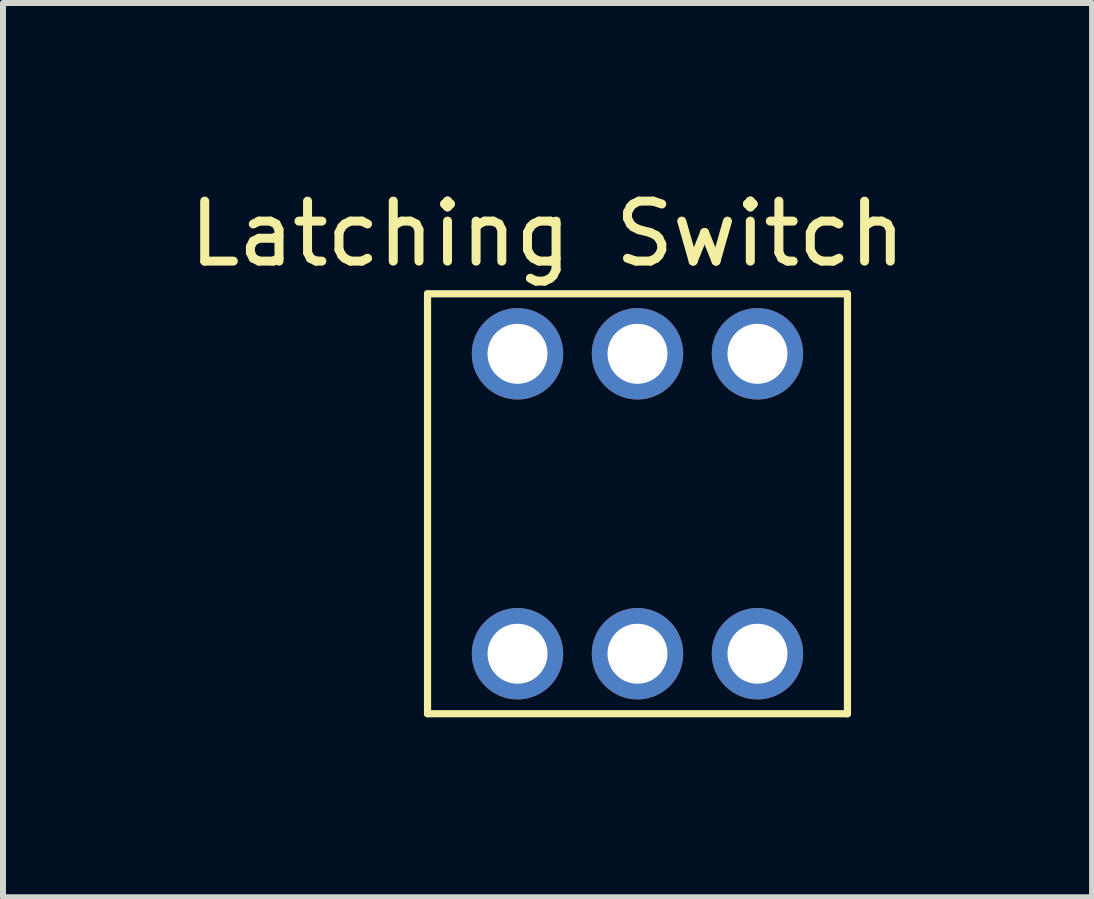
<source format=kicad_pcb>
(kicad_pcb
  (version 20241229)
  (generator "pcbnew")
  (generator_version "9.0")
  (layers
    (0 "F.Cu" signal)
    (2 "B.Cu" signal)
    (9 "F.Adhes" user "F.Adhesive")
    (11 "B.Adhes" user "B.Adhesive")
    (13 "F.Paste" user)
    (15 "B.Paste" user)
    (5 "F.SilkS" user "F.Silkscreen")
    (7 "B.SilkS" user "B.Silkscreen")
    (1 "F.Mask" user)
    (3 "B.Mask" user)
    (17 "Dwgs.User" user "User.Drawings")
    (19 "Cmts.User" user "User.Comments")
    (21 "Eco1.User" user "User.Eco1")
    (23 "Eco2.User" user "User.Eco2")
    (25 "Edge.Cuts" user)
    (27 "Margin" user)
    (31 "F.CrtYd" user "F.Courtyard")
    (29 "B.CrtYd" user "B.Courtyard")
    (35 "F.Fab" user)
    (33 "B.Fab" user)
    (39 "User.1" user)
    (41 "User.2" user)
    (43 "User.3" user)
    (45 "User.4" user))
  (footprint "Latching Switch"
    (layer "F.Cu")
    (at 7.577 5.348)
    (property "Reference" "Latching Switch" (at -1.5 -4.5 0) (unlocked yes) (layer "F.SilkS") (effects (font (size 1 1) (thickness 0.15))))
    (attr through_hole)
    (fp_line (start -3.5 -3.5) (end 3.5 -3.5) (stroke (width 0.12) (type solid)) (layer "F.SilkS"))
    (fp_line (start -3.5 3.5) (end -3.5 -3.5) (stroke (width 0.12) (type solid)) (layer "F.SilkS"))
    (fp_line (start -3.5 3.5) (end 3.5 3.5) (stroke (width 0.12) (type solid)) (layer "F.SilkS"))
    (fp_line (start 3.5 -3.5) (end 3.5 3.5) (stroke (width 0.12) (type solid)) (layer "F.SilkS"))
    (pad "1" thru_hole circle (at -2 -2.5) (size 1.524 1.524) (drill 1) (layers "*.Cu" "*.Mask"))
    (pad "2" thru_hole circle (at 0 -2.5) (size 1.524 1.524) (drill 1) (layers "*.Cu" "*.Mask"))
    (pad "3" thru_hole circle (at 2 -2.5) (size 1.524 1.524) (drill 1) (layers "*.Cu" "*.Mask"))
    (pad "4" thru_hole circle (at -2 2.5) (size 1.524 1.524) (drill 1) (layers "*.Cu" "*.Mask"))
    (pad "5" thru_hole circle (at 0 2.5) (size 1.524 1.524) (drill 1) (layers "*.Cu" "*.Mask"))
    (pad "6" thru_hole circle (at 2 2.5) (size 1.524 1.524) (drill 1) (layers "*.Cu" "*.Mask")))
  (gr_rect
    (start -3 -3)
    (end 15.155 11.908)
    (stroke (width 0.1) (type default))
    (fill no)
    (layer "Edge.Cuts")))
</source>
